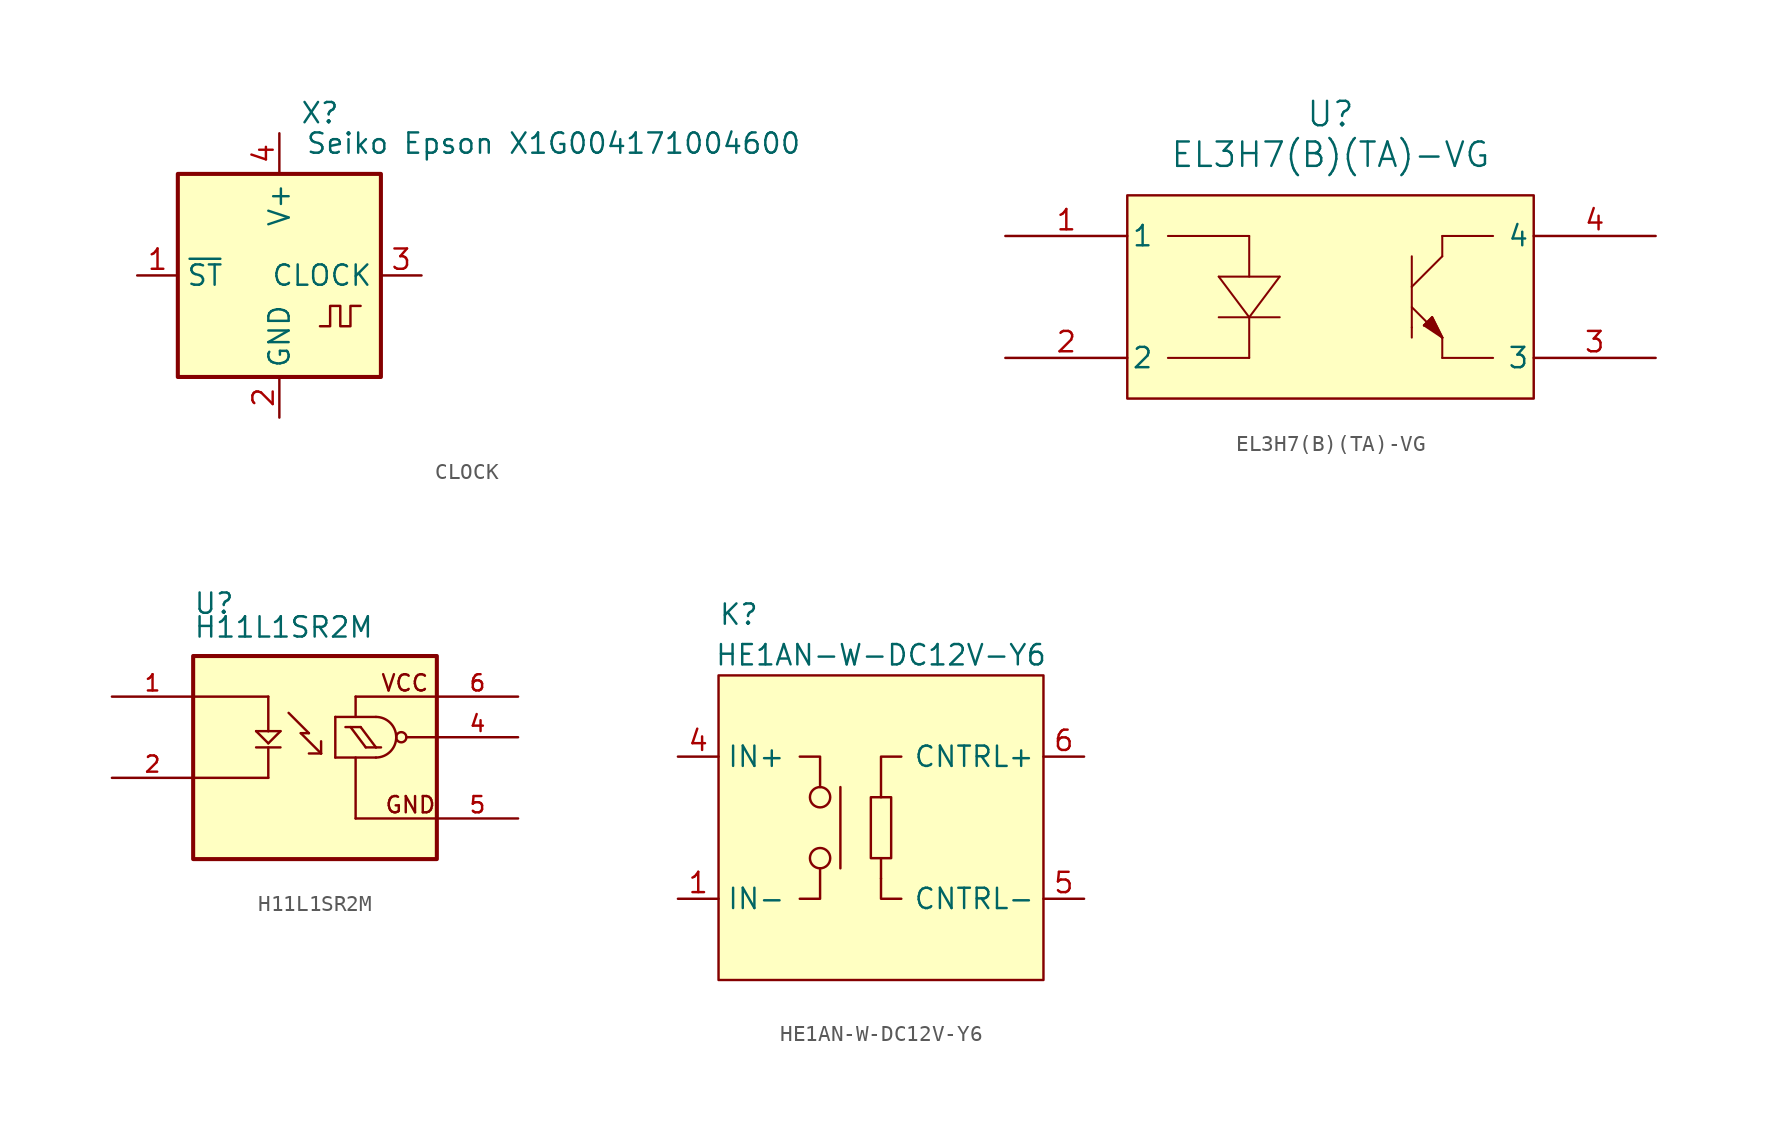
<source format=kicad_sym>
(kicad_symbol_lib
  (version 20220914)
  (generator kicad_symbol_editor)
  (symbol "CLOCK"
    (property "Reference" "X"
      (at 2.54 10.16 0)
      (effects (font (size 1.27 1.27))))
    (property "Value" "Seiko Epson X1G004171004600"
      (at 17.145 8.255 0)
      (effects (font (size 1.27 1.27))))
    (symbol "CLOCK_0_1"
      (rectangle (start -6.35 6.35) (end 6.35 -6.35) (stroke (width 0.254) (type default)) (fill (type background)))
      (polyline (pts (xy 2.54 -3.175) (xy 3.175 -3.175) (xy 3.175 -1.905) (xy 3.81 -1.905) (xy 3.81 -3.175) (xy 4.445 -3.175) (xy 4.445 -1.905) (xy 5.08 -1.905)) (stroke (width 0) (type default)) (fill (type none))))
    (symbol "CLOCK_1_0"
      (pin passive line (at -8.89 0 0) (length 2.54) (name "~{ST}" (effects (font (size 1.27 1.27)))) (number "1" (effects (font (size 1.27 1.27))))))
    (symbol "CLOCK_1_1"
      (pin power_in line (at 0 -8.89 90) (length 2.54) (name "GND" (effects (font (size 1.27 1.27)))) (number "2" (effects (font (size 1.27 1.27)))))
      (pin output line (at 8.89 0 180) (length 2.54) (name "CLOCK" (effects (font (size 1.27 1.27)))) (number "3" (effects (font (size 1.27 1.27)))))
      (pin power_in line (at 0 8.89 270) (length 2.54) (name "V+" (effects (font (size 1.27 1.27)))) (number "4" (effects (font (size 1.27 1.27)))))))
  (symbol "EL3H7(B)(TA)-VG"
    (pin_names
      (offset 0.254))
    (property "Reference" "U"
      (at 20.32 10.16 0)
      (effects (font (size 1.524 1.524))))
    (property "Value" "EL3H7(B)(TA)-VG\n"
      (at 20.32 7.62 0)
      (effects (font (size 1.524 1.524))))
    (symbol "EL3H7(B)(TA)-VG_0_1"
      (polyline (pts (xy 10.16 -5.08) (xy 15.24 -5.08)) (stroke (width 0.127) (type default)) (fill (type none)))
      (polyline (pts (xy 10.16 2.54) (xy 15.24 2.54)) (stroke (width 0.127) (type default)) (fill (type none)))
      (polyline (pts (xy 13.335 -2.54) (xy 17.145 -2.54)) (stroke (width 0.127) (type default)) (fill (type none)))
      (polyline (pts (xy 13.335 0) (xy 17.145 0)) (stroke (width 0.127) (type default)) (fill (type none)))
      (polyline (pts (xy 15.24 -5.08) (xy 15.24 -2.54)) (stroke (width 0.127) (type default)) (fill (type none)))
      (polyline (pts (xy 15.24 -2.54) (xy 13.335 0)) (stroke (width 0.127) (type default)) (fill (type none)))
      (polyline (pts (xy 15.24 -2.54) (xy 17.145 0)) (stroke (width 0.127) (type default)) (fill (type none)))
      (polyline (pts (xy 15.24 2.54) (xy 15.24 0)) (stroke (width 0.127) (type default)) (fill (type none)))
      (polyline (pts (xy 25.4 -3.175) (xy 25.4 -3.81)) (stroke (width 0.127) (type default)) (fill (type none)))
      (polyline (pts (xy 25.4 -1.905) (xy 27.305 -3.81)) (stroke (width 0.127) (type default)) (fill (type none)))
      (polyline (pts (xy 25.4 -0.635) (xy 25.4 -3.175)) (stroke (width 0.127) (type default)) (fill (type none)))
      (polyline (pts (xy 25.4 -0.635) (xy 25.4 1.27)) (stroke (width 0.127) (type default)) (fill (type none)))
      (polyline (pts (xy 26.162 -3.048) (xy 27.305 -3.81)) (stroke (width 0.127) (type default)) (fill (type none)))
      (polyline (pts (xy 26.67 -2.54) (xy 26.162 -3.048)) (stroke (width 0.127) (type default)) (fill (type none)))
      (polyline (pts (xy 27.305 -5.08) (xy 27.305 -3.81)) (stroke (width 0.127) (type default)) (fill (type none)))
      (polyline (pts (xy 27.305 -3.81) (xy 26.67 -2.54)) (stroke (width 0.127) (type default)) (fill (type none)))
      (polyline (pts (xy 27.305 1.27) (xy 25.4 -0.635)) (stroke (width 0.127) (type default)) (fill (type none)))
      (polyline (pts (xy 27.305 2.54) (xy 27.305 1.27)) (stroke (width 0.127) (type default)) (fill (type none)))
      (polyline (pts (xy 30.48 -5.08) (xy 27.305 -5.08)) (stroke (width 0.127) (type default)) (fill (type none)))
      (polyline (pts (xy 30.48 2.54) (xy 27.305 2.54)) (stroke (width 0.127) (type default)) (fill (type none)))
      (polyline (pts (xy 26.162 -3.048) (xy 26.67 -2.54) (xy 27.305 -3.81)) (stroke (width 0) (type default)) (fill (type outline)))
      (pin unspecified line (at 0 2.54 0) (length 7.62) (name "1" (effects (font (size 1.27 1.27)))) (number "1" (effects (font (size 1.27 1.27)))))
      (pin unspecified line (at 0 -5.08 0) (length 7.62) (name "2" (effects (font (size 1.27 1.27)))) (number "2" (effects (font (size 1.27 1.27)))))
      (pin unspecified line (at 40.64 -5.08 180) (length 7.62) (name "3" (effects (font (size 1.27 1.27)))) (number "3" (effects (font (size 1.27 1.27)))))
      (pin unspecified line (at 40.64 2.54 180) (length 7.62) (name "4" (effects (font (size 1.27 1.27)))) (number "4" (effects (font (size 1.27 1.27))))))
    (symbol "EL3H7(B)(TA)-VG_1_1"
      (rectangle (start 7.62 5.08) (end 33.02 -7.62) (stroke (width 0) (type default)) (fill (type background)))))
  (symbol "H11L1SR2M"
    (pin_names
      (offset 1.016))
    (property "Reference" "U"
      (at -7.62 7.62 0)
      (effects (font (size 1.27 1.27)) (justify left bottom)))
    (property "Value" "H11L1SR2M"
      (at -7.62 7.62 0)
      (effects (font (size 1.27 1.27)) (justify left top)))
    (symbol "H11L1SR2M_0_0"
      (rectangle (start -7.62 -7.62) (end 7.62 5.08) (stroke (width 0.254) (type default)) (fill (type background)))
      (polyline (pts (xy -7.62 2.54) (xy -2.921 2.54)) (stroke (width 0.152) (type default)) (fill (type none)))
      (polyline (pts (xy -3.683 -0.635) (xy -2.159 -0.635)) (stroke (width 0.152) (type default)) (fill (type none)))
      (polyline (pts (xy -3.683 0.381) (xy -2.921 -0.381)) (stroke (width 0.152) (type default)) (fill (type none)))
      (polyline (pts (xy -2.921 -2.54) (xy -7.62 -2.54)) (stroke (width 0.152) (type default)) (fill (type none)))
      (polyline (pts (xy -2.921 -0.635) (xy -2.921 -2.54)) (stroke (width 0.152) (type default)) (fill (type none)))
      (polyline (pts (xy -2.921 -0.381) (xy -2.159 0.381)) (stroke (width 0.152) (type default)) (fill (type none)))
      (polyline (pts (xy -2.921 0.381) (xy -3.683 0.381)) (stroke (width 0.152) (type default)) (fill (type none)))
      (polyline (pts (xy -2.921 0.381) (xy -2.159 0.381)) (stroke (width 0.152) (type default)) (fill (type none)))
      (polyline (pts (xy -2.921 2.54) (xy -2.921 0.381)) (stroke (width 0.152) (type default)) (fill (type none)))
      (polyline (pts (xy -1.651 1.524) (xy -0.381 0.254)) (stroke (width 0.152) (type default)) (fill (type none)))
      (polyline (pts (xy -0.889 0.254) (xy 0.381 -1.016)) (stroke (width 0.152) (type default)) (fill (type none)))
      (polyline (pts (xy -0.381 0.254) (xy -0.889 0.254)) (stroke (width 0.152) (type default)) (fill (type none)))
      (polyline (pts (xy 0.381 -1.016) (xy -0.381 -1.016)) (stroke (width 0.152) (type default)) (fill (type none)))
      (polyline (pts (xy 0.381 -1.016) (xy 0.381 -0.254)) (stroke (width 0.152) (type default)) (fill (type none)))
      (polyline (pts (xy 1.27 -1.27) (xy 3.81 -1.27)) (stroke (width 0.152) (type default)) (fill (type none)))
      (polyline (pts (xy 1.27 1.27) (xy 1.27 -1.27)) (stroke (width 0.152) (type default)) (fill (type none)))
      (polyline (pts (xy 1.905 0.635) (xy 2.857 0.635)) (stroke (width 0.152) (type default)) (fill (type none)))
      (polyline (pts (xy 2.54 -5.08) (xy 7.62 -5.08)) (stroke (width 0.152) (type default)) (fill (type none)))
      (polyline (pts (xy 2.54 -1.27) (xy 2.54 -5.08)) (stroke (width 0.152) (type default)) (fill (type none)))
      (polyline (pts (xy 2.54 2.54) (xy 2.54 1.27)) (stroke (width 0.152) (type default)) (fill (type none)))
      (polyline (pts (xy 2.857 0.635) (xy 3.81 -0.635)) (stroke (width 0.152) (type default)) (fill (type none)))
      (polyline (pts (xy 3.175 -0.635) (xy 2.223 0.635)) (stroke (width 0.152) (type default)) (fill (type none)))
      (polyline (pts (xy 3.81 -0.635) (xy 3.175 -0.635)) (stroke (width 0.152) (type default)) (fill (type none)))
      (polyline (pts (xy 3.81 -0.635) (xy 4.128 -0.635)) (stroke (width 0.152) (type default)) (fill (type none)))
      (polyline (pts (xy 3.81 1.27) (xy 1.27 1.27)) (stroke (width 0.152) (type default)) (fill (type none)))
      (polyline (pts (xy 5.715 0) (xy 7.62 0)) (stroke (width 0.152) (type default)) (fill (type none)))
      (polyline (pts (xy 7.62 2.54) (xy 2.54 2.54)) (stroke (width 0.152) (type default)) (fill (type none)))
      (arc (start 3.81 -1.27) (mid 4.708 -0.898) (end 5.08 0) (stroke (width 0.1524) (type default)) (fill (type none)))
      (arc (start 5.08 0) (mid 4.708 0.898) (end 3.81 1.27) (stroke (width 0.1524) (type default)) (fill (type none)))
      (circle (center 5.397 0) (radius 0.318) (stroke (width 0.152) (type default)) (fill (type none)))
      (text "GND" (at 4.318 -4.826 0) (effects (font (size 1.016 1.016)) (justify left bottom)))
      (text "VCC" (at 4.064 2.794 0) (effects (font (size 1.016 1.016)) (justify left bottom)))
      (pin passive line (at -12.7 2.54 0) (length 5.08) (name "~" (effects (font (size 1.016 1.016)))) (number "1" (effects (font (size 1.016 1.016)))))
      (pin passive line (at -12.7 -2.54 0) (length 5.08) (name "~" (effects (font (size 1.016 1.016)))) (number "2" (effects (font (size 1.016 1.016)))))
      (pin output line (at 12.7 0 180) (length 5.08) (name "~" (effects (font (size 1.016 1.016)))) (number "4" (effects (font (size 1.016 1.016)))))
      (pin power_in line (at 12.7 -5.08 180) (length 5.08) (name "~" (effects (font (size 1.016 1.016)))) (number "5" (effects (font (size 1.016 1.016)))))
      (pin power_in line (at 12.7 2.54 180) (length 5.08) (name "~" (effects (font (size 1.016 1.016)))) (number "6" (effects (font (size 1.016 1.016)))))))
  (symbol "HE1AN-W-DC12V-Y6"
    (property "Reference" "K"
      (at -8.89 5.08 0)
      (effects (font (size 1.27 1.27))))
    (property "Value" "HE1AN-W-DC12V-Y6"
      (at 0 2.54 0)
      (effects (font (size 1.27 1.27))))
    (symbol "HE1AN-W-DC12V-Y6_1_0"
      (pin passive line (at -12.7 -12.7 0) (length 2.54) (name "IN-" (effects (font (size 1.27 1.27)))) (number "1" (effects (font (size 1.27 1.27)))))
      (pin passive line (at -12.7 -3.81 0) (length 2.54) (name "IN+" (effects (font (size 1.27 1.27)))) (number "4" (effects (font (size 1.27 1.27)))))
      (pin passive line (at 12.7 -12.7 180) (length 2.54) (name "CNTRL-" (effects (font (size 1.27 1.27)))) (number "5" (effects (font (size 1.27 1.27)))))
      (pin passive line (at 12.7 -3.81 180) (length 2.54) (name "CNTRL+" (effects (font (size 1.27 1.27)))) (number "6" (effects (font (size 1.27 1.27))))))
    (symbol "HE1AN-W-DC12V-Y6_1_1"
      (rectangle (start -10.16 1.27) (end 10.16 -17.78) (stroke (width 0) (type default)) (fill (type background)))
      (circle (center -3.81 -10.16) (radius 0.635) (stroke (width 0) (type default)) (fill (type none)))
      (circle (center -3.81 -6.35) (radius 0.635) (stroke (width 0) (type default)) (fill (type none)))
      (rectangle (start -0.635 -6.35) (end 0.635 -10.16) (stroke (width 0) (type default)) (fill (type none)))
      (polyline (pts (xy -2.54 -10.795) (xy -2.54 -5.715)) (stroke (width 0) (type default)) (fill (type none)))
      (polyline (pts (xy 0 -11.43) (xy 0 -10.16)) (stroke (width 0) (type default)) (fill (type none)))
      (polyline (pts (xy -5.08 -12.7) (xy -3.81 -12.7) (xy -3.81 -10.795)) (stroke (width 0) (type default)) (fill (type none)))
      (polyline (pts (xy -5.08 -3.81) (xy -3.81 -3.81) (xy -3.81 -5.715)) (stroke (width 0) (type default)) (fill (type none)))
      (polyline (pts (xy 0 -11.43) (xy 0 -12.7) (xy 1.27 -12.7)) (stroke (width 0) (type default)) (fill (type none)))
      (polyline (pts (xy 1.27 -3.81) (xy 0 -3.81) (xy 0 -6.35)) (stroke (width 0) (type default)) (fill (type none))))))
</source>
